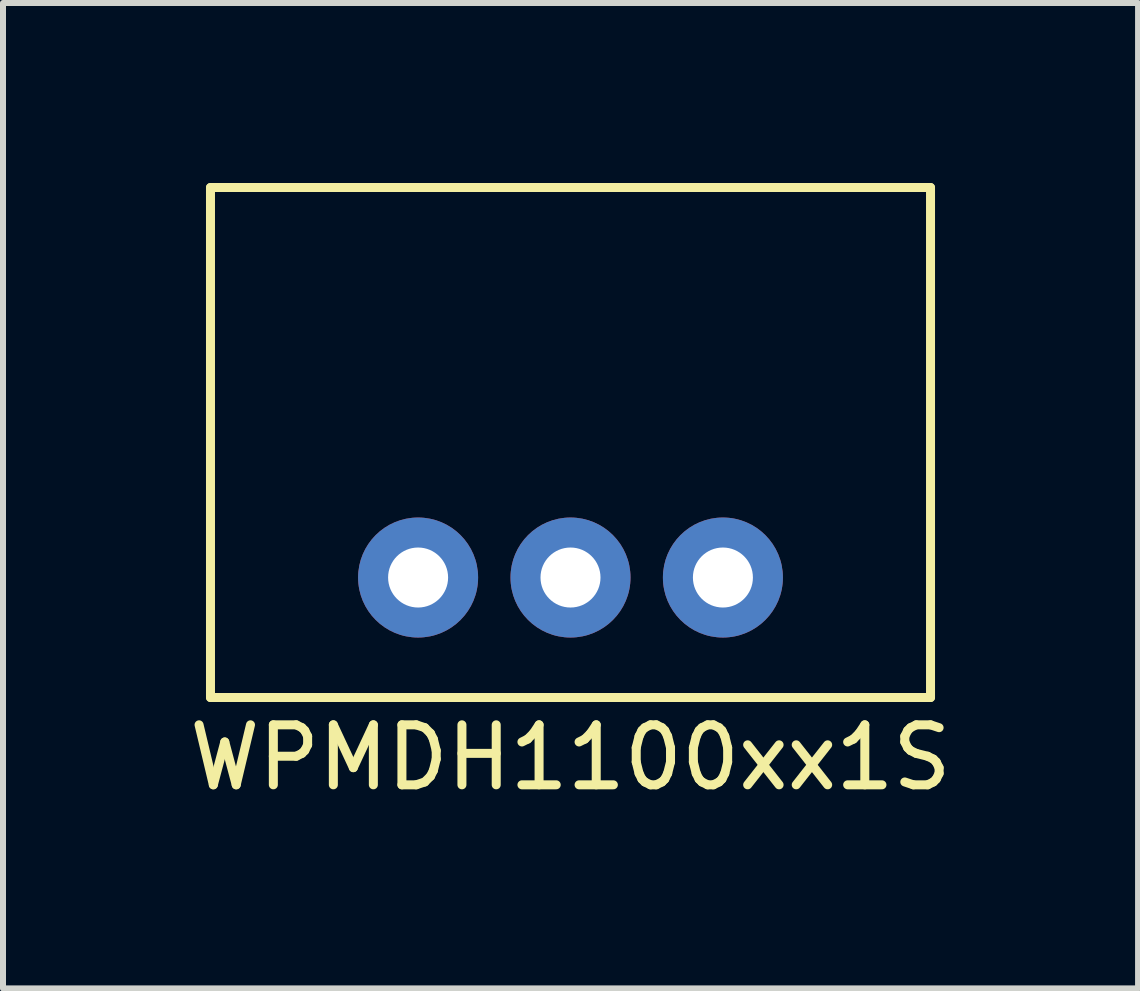
<source format=kicad_pcb>
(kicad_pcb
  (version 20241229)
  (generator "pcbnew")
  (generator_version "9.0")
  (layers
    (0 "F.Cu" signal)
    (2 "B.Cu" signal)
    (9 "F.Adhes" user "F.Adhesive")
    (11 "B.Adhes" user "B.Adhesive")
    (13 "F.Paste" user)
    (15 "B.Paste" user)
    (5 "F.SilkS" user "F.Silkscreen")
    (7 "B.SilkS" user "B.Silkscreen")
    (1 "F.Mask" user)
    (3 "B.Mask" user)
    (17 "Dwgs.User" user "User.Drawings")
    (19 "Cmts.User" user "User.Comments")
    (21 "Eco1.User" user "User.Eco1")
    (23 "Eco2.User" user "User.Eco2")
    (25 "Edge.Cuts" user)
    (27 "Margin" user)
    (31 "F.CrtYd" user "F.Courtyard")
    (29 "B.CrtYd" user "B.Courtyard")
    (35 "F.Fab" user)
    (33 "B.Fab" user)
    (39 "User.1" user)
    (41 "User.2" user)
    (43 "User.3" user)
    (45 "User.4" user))
  (footprint "WPMDH1100xx1S"
    (layer "F.Cu")
    (at 6.458 6.575)
    (property "Reference" "WPMDH1100xx1S" (at 0 3 0) (layer "F.SilkS") (effects (font (size 1 1) (thickness 0.15))))
    (attr through_hole)
    (fp_line (start -6 -6.5) (end -6 2) (stroke (width 0.15) (type solid)) (layer "F.SilkS"))
    (fp_line (start -6 2) (end 6 2) (stroke (width 0.15) (type solid)) (layer "F.SilkS"))
    (fp_line (start 6 -6.5) (end -6 -6.5) (stroke (width 0.15) (type solid)) (layer "F.SilkS"))
    (fp_line (start 6 2) (end 6 -6.5) (stroke (width 0.15) (type solid)) (layer "F.SilkS"))
    (pad "1" thru_hole circle (at -2.54 0) (size 2 2) (drill 1) (layers "*.Cu" "*.Mask"))
    (pad "2" thru_hole circle (at 0 0) (size 2 2) (drill 1) (layers "*.Cu" "*.Mask"))
    (pad "3" thru_hole circle (at 2.54 0) (size 2 2) (drill 1) (layers "*.Cu" "*.Mask")))
  (gr_rect
    (start -3 -3)
    (end 15.917 13.423)
    (stroke (width 0.1) (type default))
    (fill no)
    (layer "Edge.Cuts")))
</source>
